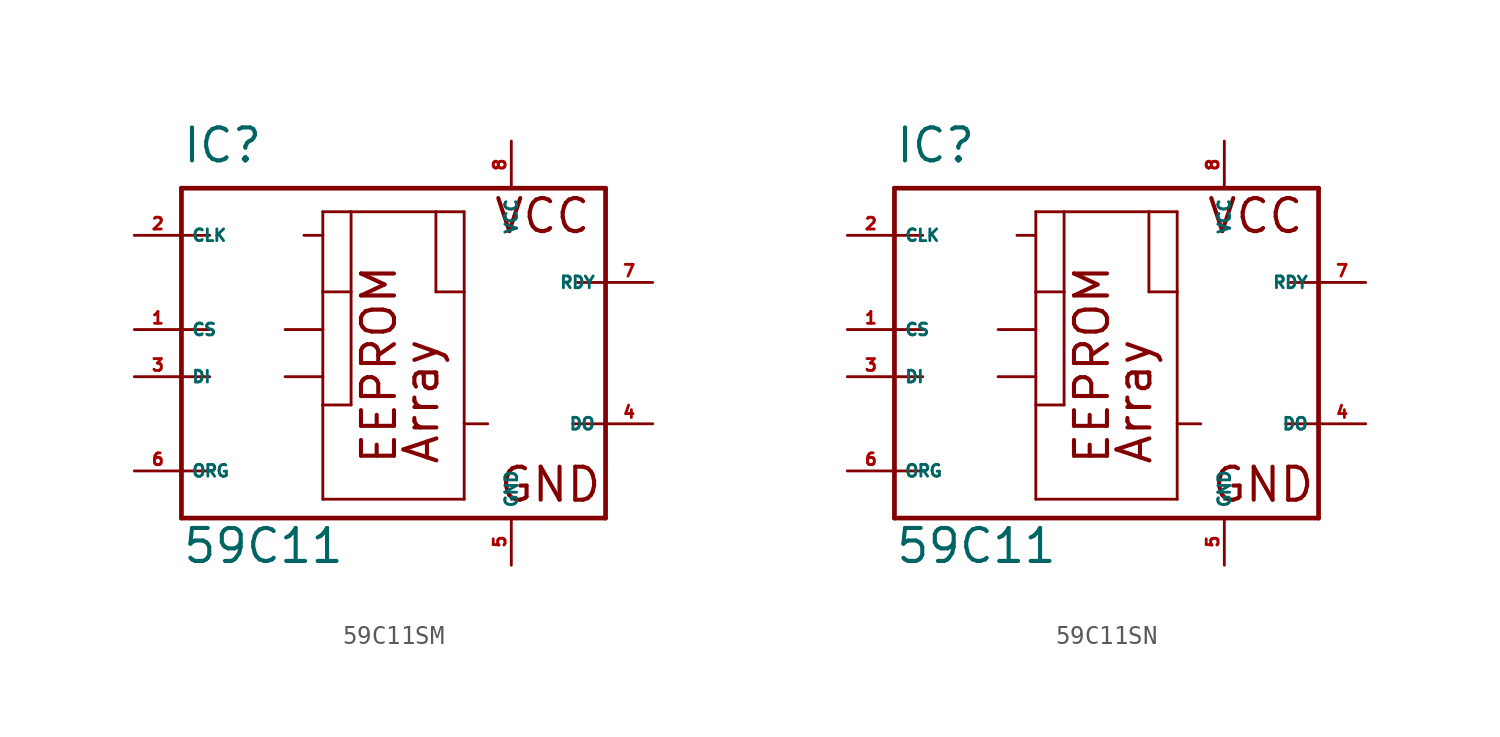
<source format=kicad_sym>
(kicad_symbol_lib
  (version 20220914)
  (generator Eagle2Kicad)
  (symbol "59C11SM"
    (property "Reference" "IC"
      (at -10.16 11.43 0)
      (effects (font (size 1.778 1.778) (thickness 0.22)) (justify left bottom)))
    (property "Value" "59C11"
      (at -10.16 -10.16 0)
      (effects (font (size 1.778 1.778) (thickness 0.22)) (justify left bottom)))
    (polyline
      (pts (xy -10.16 10.16) (xy 12.7 10.16))
      (stroke (width 0.254) (type default))
      (fill (type none)))
    (polyline
      (pts (xy 12.7 10.16) (xy 12.7 5.08))
      (stroke (width 0.254) (type default))
      (fill (type none)))
    (polyline
      (pts (xy 12.7 5.08) (xy 12.7 -2.54))
      (stroke (width 0.254) (type default))
      (fill (type none)))
    (polyline
      (pts (xy 12.7 -2.54) (xy 12.7 -7.62))
      (stroke (width 0.254) (type default))
      (fill (type none)))
    (polyline
      (pts (xy 12.7 -7.62) (xy -10.16 -7.62))
      (stroke (width 0.254) (type default))
      (fill (type none)))
    (polyline
      (pts (xy -10.16 -7.62) (xy -10.16 -5.08))
      (stroke (width 0.254) (type default))
      (fill (type none)))
    (polyline
      (pts (xy -10.16 -5.08) (xy -10.16 0))
      (stroke (width 0.254) (type default))
      (fill (type none)))
    (polyline
      (pts (xy -10.16 0) (xy -10.16 2.54))
      (stroke (width 0.254) (type default))
      (fill (type none)))
    (polyline
      (pts (xy -10.16 2.54) (xy -10.16 7.62))
      (stroke (width 0.254) (type default))
      (fill (type none)))
    (polyline
      (pts (xy -10.16 7.62) (xy -10.16 10.16))
      (stroke (width 0.254) (type default))
      (fill (type none)))
    (polyline
      (pts (xy -2.54 8.89) (xy -1.016 8.89))
      (stroke (width 0.152) (type default))
      (fill (type none)))
    (polyline
      (pts (xy -1.016 8.89) (xy 3.556 8.89))
      (stroke (width 0.152) (type default))
      (fill (type none)))
    (polyline
      (pts (xy 3.556 8.89) (xy 5.08 8.89))
      (stroke (width 0.152) (type default))
      (fill (type none)))
    (polyline
      (pts (xy 5.08 8.89) (xy 5.08 4.572))
      (stroke (width 0.152) (type default))
      (fill (type none)))
    (polyline
      (pts (xy 5.08 4.572) (xy 5.08 -2.54))
      (stroke (width 0.152) (type default))
      (fill (type none)))
    (polyline
      (pts (xy 5.08 -2.54) (xy 5.08 -6.604))
      (stroke (width 0.152) (type default))
      (fill (type none)))
    (polyline
      (pts (xy 5.08 -6.604) (xy -2.54 -6.604))
      (stroke (width 0.152) (type default))
      (fill (type none)))
    (polyline
      (pts (xy -2.54 -6.604) (xy -2.54 -1.524))
      (stroke (width 0.152) (type default))
      (fill (type none)))
    (polyline
      (pts (xy -2.54 -1.524) (xy -2.54 0))
      (stroke (width 0.152) (type default))
      (fill (type none)))
    (polyline
      (pts (xy -2.54 0) (xy -2.54 2.54))
      (stroke (width 0.152) (type default))
      (fill (type none)))
    (polyline
      (pts (xy -2.54 2.54) (xy -2.54 4.572))
      (stroke (width 0.152) (type default))
      (fill (type none)))
    (polyline
      (pts (xy -2.54 4.572) (xy -2.54 7.62))
      (stroke (width 0.152) (type default))
      (fill (type none)))
    (polyline
      (pts (xy -2.54 7.62) (xy -2.54 8.89))
      (stroke (width 0.152) (type default))
      (fill (type none)))
    (polyline
      (pts (xy -10.16 0) (xy -8.636 0))
      (stroke (width 0.152) (type default))
      (fill (type none)))
    (polyline
      (pts (xy -10.16 -5.08) (xy -8.636 -5.08))
      (stroke (width 0.152) (type default))
      (fill (type none)))
    (polyline
      (pts (xy -10.16 7.62) (xy -8.636 7.62))
      (stroke (width 0.152) (type default))
      (fill (type none)))
    (polyline
      (pts (xy -3.556 7.62) (xy -2.54 7.62))
      (stroke (width 0.152) (type default))
      (fill (type none)))
    (polyline
      (pts (xy 12.7 -2.54) (xy 10.922 -2.54))
      (stroke (width 0.152) (type default))
      (fill (type none)))
    (polyline
      (pts (xy 6.35 -2.54) (xy 5.08 -2.54))
      (stroke (width 0.152) (type default))
      (fill (type none)))
    (polyline
      (pts (xy -1.016 4.572) (xy -1.016 -1.524))
      (stroke (width 0.152) (type default))
      (fill (type none)))
    (polyline
      (pts (xy -10.16 2.54) (xy -8.636 2.54))
      (stroke (width 0.152) (type default))
      (fill (type none)))
    (polyline
      (pts (xy -4.572 2.54) (xy -2.54 2.54))
      (stroke (width 0.152) (type default))
      (fill (type none)))
    (polyline
      (pts (xy -2.54 4.572) (xy -1.016 4.572))
      (stroke (width 0.152) (type default))
      (fill (type none)))
    (polyline
      (pts (xy 12.7 5.08) (xy 11.176 5.08))
      (stroke (width 0.152) (type default))
      (fill (type none)))
    (polyline
      (pts (xy -4.572 0) (xy -2.54 0))
      (stroke (width 0.152) (type default))
      (fill (type none)))
    (polyline
      (pts (xy -2.54 -1.524) (xy -1.016 -1.524))
      (stroke (width 0.152) (type default))
      (fill (type none)))
    (polyline
      (pts (xy -1.016 8.89) (xy -1.016 4.572))
      (stroke (width 0.152) (type default))
      (fill (type none)))
    (polyline
      (pts (xy 5.08 4.572) (xy 3.556 4.572))
      (stroke (width 0.152) (type default))
      (fill (type none)))
    (polyline
      (pts (xy 3.556 8.89) (xy 3.556 4.572))
      (stroke (width 0.152) (type default))
      (fill (type none)))
    (text "Array"
      (at 3.81 -4.826 900)
      (effects (font (size 1.778 1.778) (thickness 0.22)) (justify left bottom)))
    (text "VCC"
      (at 6.604 7.62 0)
      (effects (font (size 1.778 1.778) (thickness 0.22)) (justify left bottom)))
    (text "GND"
      (at 6.858 -6.858 0)
      (effects (font (size 1.778 1.778) (thickness 0.22)) (justify left bottom)))
    (text "EEPROM"
      (at 1.524 -4.826 900)
      (effects (font (size 1.778 1.778) (thickness 0.22)) (justify left bottom)))
    (pin unspecified line
      (at 7.62 12.7 270)
      (length 2.54)
      (name "VCC" (effects (font (size 0.635 0.635) (thickness 0.08)) (justify left bottom)))
      (number "8" (effects (font (size 0.635 0.635) (thickness 0.08)) (justify left bottom))))
    (pin unspecified line
      (at 7.62 -10.16 90)
      (length 2.54)
      (name "GND" (effects (font (size 0.635 0.635) (thickness 0.08)) (justify left bottom)))
      (number "5" (effects (font (size 0.635 0.635) (thickness 0.08)) (justify left bottom))))
    (pin input line
      (at -12.7 7.62 0)
      (length 2.54)
      (name "CLK" (effects (font (size 0.635 0.635) (thickness 0.08)) (justify left bottom)))
      (number "2" (effects (font (size 0.635 0.635) (thickness 0.08)) (justify left bottom))))
    (pin tri_state line
      (at 15.24 -2.54 180)
      (length 2.54)
      (name "DO" (effects (font (size 0.635 0.635) (thickness 0.08)) (justify left bottom)))
      (number "4" (effects (font (size 0.635 0.635) (thickness 0.08)) (justify left bottom))))
    (pin output line
      (at 15.24 5.08 180)
      (length 2.54)
      (name "RDY" (effects (font (size 0.635 0.635) (thickness 0.08)) (justify left bottom)))
      (number "7" (effects (font (size 0.635 0.635) (thickness 0.08)) (justify left bottom))))
    (pin input line
      (at -12.7 -5.08 0)
      (length 2.54)
      (name "ORG" (effects (font (size 0.635 0.635) (thickness 0.08)) (justify left bottom)))
      (number "6" (effects (font (size 0.635 0.635) (thickness 0.08)) (justify left bottom))))
    (pin input line
      (at -12.7 0 0)
      (length 2.54)
      (name "DI" (effects (font (size 0.635 0.635) (thickness 0.08)) (justify left bottom)))
      (number "3" (effects (font (size 0.635 0.635) (thickness 0.08)) (justify left bottom))))
    (pin input line
      (at -12.7 2.54 0)
      (length 2.54)
      (name "CS" (effects (font (size 0.635 0.635) (thickness 0.08)) (justify left bottom)))
      (number "1" (effects (font (size 0.635 0.635) (thickness 0.08)) (justify left bottom)))))
  (symbol "59C11SN"
    (property "Reference" "IC"
      (at -10.16 11.43 0)
      (effects (font (size 1.778 1.778) (thickness 0.22)) (justify left bottom)))
    (property "Value" "59C11"
      (at -10.16 -10.16 0)
      (effects (font (size 1.778 1.778) (thickness 0.22)) (justify left bottom)))
    (polyline
      (pts (xy -10.16 10.16) (xy 12.7 10.16))
      (stroke (width 0.254) (type default))
      (fill (type none)))
    (polyline
      (pts (xy 12.7 10.16) (xy 12.7 5.08))
      (stroke (width 0.254) (type default))
      (fill (type none)))
    (polyline
      (pts (xy 12.7 5.08) (xy 12.7 -2.54))
      (stroke (width 0.254) (type default))
      (fill (type none)))
    (polyline
      (pts (xy 12.7 -2.54) (xy 12.7 -7.62))
      (stroke (width 0.254) (type default))
      (fill (type none)))
    (polyline
      (pts (xy 12.7 -7.62) (xy -10.16 -7.62))
      (stroke (width 0.254) (type default))
      (fill (type none)))
    (polyline
      (pts (xy -10.16 -7.62) (xy -10.16 -5.08))
      (stroke (width 0.254) (type default))
      (fill (type none)))
    (polyline
      (pts (xy -10.16 -5.08) (xy -10.16 0))
      (stroke (width 0.254) (type default))
      (fill (type none)))
    (polyline
      (pts (xy -10.16 0) (xy -10.16 2.54))
      (stroke (width 0.254) (type default))
      (fill (type none)))
    (polyline
      (pts (xy -10.16 2.54) (xy -10.16 7.62))
      (stroke (width 0.254) (type default))
      (fill (type none)))
    (polyline
      (pts (xy -10.16 7.62) (xy -10.16 10.16))
      (stroke (width 0.254) (type default))
      (fill (type none)))
    (polyline
      (pts (xy -2.54 8.89) (xy -1.016 8.89))
      (stroke (width 0.152) (type default))
      (fill (type none)))
    (polyline
      (pts (xy -1.016 8.89) (xy 3.556 8.89))
      (stroke (width 0.152) (type default))
      (fill (type none)))
    (polyline
      (pts (xy 3.556 8.89) (xy 5.08 8.89))
      (stroke (width 0.152) (type default))
      (fill (type none)))
    (polyline
      (pts (xy 5.08 8.89) (xy 5.08 4.572))
      (stroke (width 0.152) (type default))
      (fill (type none)))
    (polyline
      (pts (xy 5.08 4.572) (xy 5.08 -2.54))
      (stroke (width 0.152) (type default))
      (fill (type none)))
    (polyline
      (pts (xy 5.08 -2.54) (xy 5.08 -6.604))
      (stroke (width 0.152) (type default))
      (fill (type none)))
    (polyline
      (pts (xy 5.08 -6.604) (xy -2.54 -6.604))
      (stroke (width 0.152) (type default))
      (fill (type none)))
    (polyline
      (pts (xy -2.54 -6.604) (xy -2.54 -1.524))
      (stroke (width 0.152) (type default))
      (fill (type none)))
    (polyline
      (pts (xy -2.54 -1.524) (xy -2.54 0))
      (stroke (width 0.152) (type default))
      (fill (type none)))
    (polyline
      (pts (xy -2.54 0) (xy -2.54 2.54))
      (stroke (width 0.152) (type default))
      (fill (type none)))
    (polyline
      (pts (xy -2.54 2.54) (xy -2.54 4.572))
      (stroke (width 0.152) (type default))
      (fill (type none)))
    (polyline
      (pts (xy -2.54 4.572) (xy -2.54 7.62))
      (stroke (width 0.152) (type default))
      (fill (type none)))
    (polyline
      (pts (xy -2.54 7.62) (xy -2.54 8.89))
      (stroke (width 0.152) (type default))
      (fill (type none)))
    (polyline
      (pts (xy -10.16 0) (xy -8.636 0))
      (stroke (width 0.152) (type default))
      (fill (type none)))
    (polyline
      (pts (xy -10.16 -5.08) (xy -8.636 -5.08))
      (stroke (width 0.152) (type default))
      (fill (type none)))
    (polyline
      (pts (xy -10.16 7.62) (xy -8.636 7.62))
      (stroke (width 0.152) (type default))
      (fill (type none)))
    (polyline
      (pts (xy -3.556 7.62) (xy -2.54 7.62))
      (stroke (width 0.152) (type default))
      (fill (type none)))
    (polyline
      (pts (xy 12.7 -2.54) (xy 10.922 -2.54))
      (stroke (width 0.152) (type default))
      (fill (type none)))
    (polyline
      (pts (xy 6.35 -2.54) (xy 5.08 -2.54))
      (stroke (width 0.152) (type default))
      (fill (type none)))
    (polyline
      (pts (xy -1.016 4.572) (xy -1.016 -1.524))
      (stroke (width 0.152) (type default))
      (fill (type none)))
    (polyline
      (pts (xy -10.16 2.54) (xy -8.636 2.54))
      (stroke (width 0.152) (type default))
      (fill (type none)))
    (polyline
      (pts (xy -4.572 2.54) (xy -2.54 2.54))
      (stroke (width 0.152) (type default))
      (fill (type none)))
    (polyline
      (pts (xy -2.54 4.572) (xy -1.016 4.572))
      (stroke (width 0.152) (type default))
      (fill (type none)))
    (polyline
      (pts (xy 12.7 5.08) (xy 11.176 5.08))
      (stroke (width 0.152) (type default))
      (fill (type none)))
    (polyline
      (pts (xy -4.572 0) (xy -2.54 0))
      (stroke (width 0.152) (type default))
      (fill (type none)))
    (polyline
      (pts (xy -2.54 -1.524) (xy -1.016 -1.524))
      (stroke (width 0.152) (type default))
      (fill (type none)))
    (polyline
      (pts (xy -1.016 8.89) (xy -1.016 4.572))
      (stroke (width 0.152) (type default))
      (fill (type none)))
    (polyline
      (pts (xy 5.08 4.572) (xy 3.556 4.572))
      (stroke (width 0.152) (type default))
      (fill (type none)))
    (polyline
      (pts (xy 3.556 8.89) (xy 3.556 4.572))
      (stroke (width 0.152) (type default))
      (fill (type none)))
    (text "Array"
      (at 3.81 -4.826 900)
      (effects (font (size 1.778 1.778) (thickness 0.22)) (justify left bottom)))
    (text "VCC"
      (at 6.604 7.62 0)
      (effects (font (size 1.778 1.778) (thickness 0.22)) (justify left bottom)))
    (text "GND"
      (at 6.858 -6.858 0)
      (effects (font (size 1.778 1.778) (thickness 0.22)) (justify left bottom)))
    (text "EEPROM"
      (at 1.524 -4.826 900)
      (effects (font (size 1.778 1.778) (thickness 0.22)) (justify left bottom)))
    (pin unspecified line
      (at 7.62 12.7 270)
      (length 2.54)
      (name "VCC" (effects (font (size 0.635 0.635) (thickness 0.08)) (justify left bottom)))
      (number "8" (effects (font (size 0.635 0.635) (thickness 0.08)) (justify left bottom))))
    (pin unspecified line
      (at 7.62 -10.16 90)
      (length 2.54)
      (name "GND" (effects (font (size 0.635 0.635) (thickness 0.08)) (justify left bottom)))
      (number "5" (effects (font (size 0.635 0.635) (thickness 0.08)) (justify left bottom))))
    (pin input line
      (at -12.7 7.62 0)
      (length 2.54)
      (name "CLK" (effects (font (size 0.635 0.635) (thickness 0.08)) (justify left bottom)))
      (number "2" (effects (font (size 0.635 0.635) (thickness 0.08)) (justify left bottom))))
    (pin tri_state line
      (at 15.24 -2.54 180)
      (length 2.54)
      (name "DO" (effects (font (size 0.635 0.635) (thickness 0.08)) (justify left bottom)))
      (number "4" (effects (font (size 0.635 0.635) (thickness 0.08)) (justify left bottom))))
    (pin output line
      (at 15.24 5.08 180)
      (length 2.54)
      (name "RDY" (effects (font (size 0.635 0.635) (thickness 0.08)) (justify left bottom)))
      (number "7" (effects (font (size 0.635 0.635) (thickness 0.08)) (justify left bottom))))
    (pin input line
      (at -12.7 -5.08 0)
      (length 2.54)
      (name "ORG" (effects (font (size 0.635 0.635) (thickness 0.08)) (justify left bottom)))
      (number "6" (effects (font (size 0.635 0.635) (thickness 0.08)) (justify left bottom))))
    (pin input line
      (at -12.7 0 0)
      (length 2.54)
      (name "DI" (effects (font (size 0.635 0.635) (thickness 0.08)) (justify left bottom)))
      (number "3" (effects (font (size 0.635 0.635) (thickness 0.08)) (justify left bottom))))
    (pin input line
      (at -12.7 2.54 0)
      (length 2.54)
      (name "CS" (effects (font (size 0.635 0.635) (thickness 0.08)) (justify left bottom)))
      (number "1" (effects (font (size 0.635 0.635) (thickness 0.08)) (justify left bottom))))))
</source>
